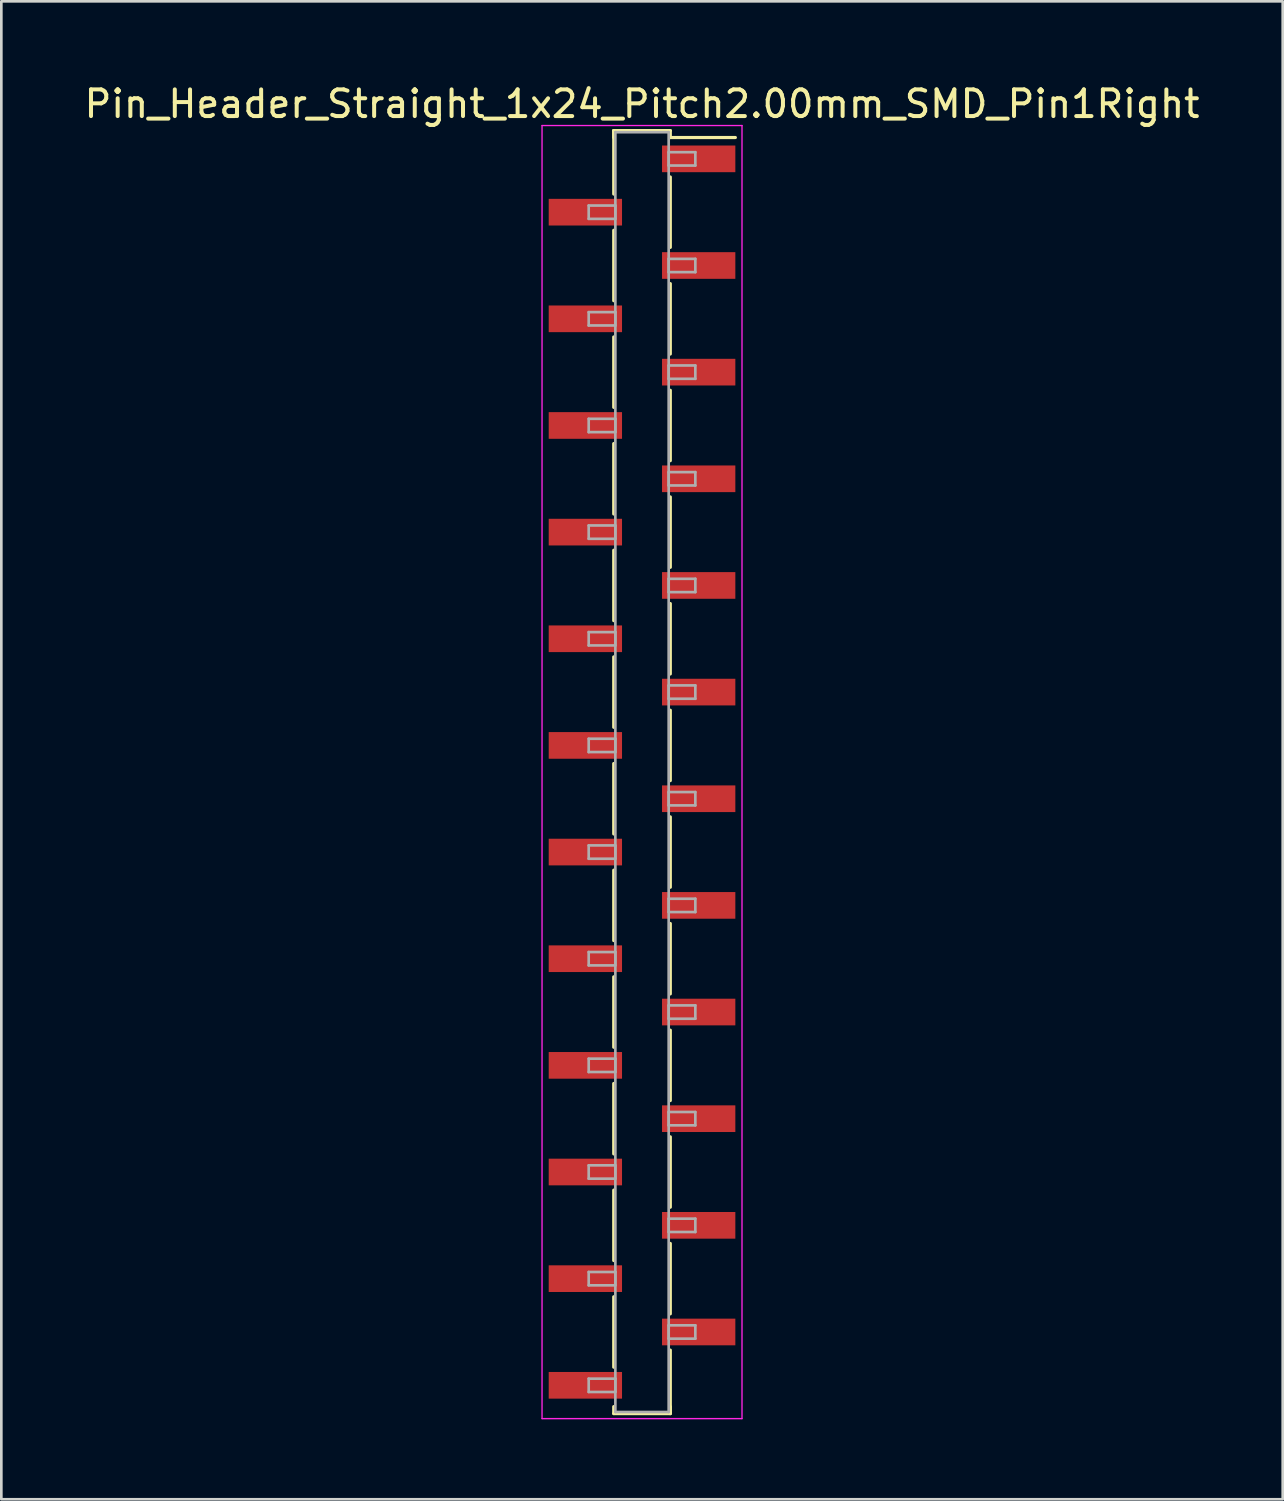
<source format=kicad_pcb>
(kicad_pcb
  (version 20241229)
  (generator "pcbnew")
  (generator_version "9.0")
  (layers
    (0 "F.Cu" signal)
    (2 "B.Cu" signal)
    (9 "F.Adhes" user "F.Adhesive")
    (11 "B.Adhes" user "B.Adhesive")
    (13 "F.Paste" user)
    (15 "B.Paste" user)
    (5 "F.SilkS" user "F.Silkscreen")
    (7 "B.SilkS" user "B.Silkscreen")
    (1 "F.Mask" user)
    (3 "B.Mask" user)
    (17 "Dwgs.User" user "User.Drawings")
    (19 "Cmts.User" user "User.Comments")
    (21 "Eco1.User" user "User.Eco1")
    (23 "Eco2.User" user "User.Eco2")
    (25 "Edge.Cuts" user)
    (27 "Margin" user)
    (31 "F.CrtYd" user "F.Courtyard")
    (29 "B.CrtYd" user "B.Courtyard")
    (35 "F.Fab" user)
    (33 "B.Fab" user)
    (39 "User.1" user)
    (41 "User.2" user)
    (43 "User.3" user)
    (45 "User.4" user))
  (footprint "Pin_Header_Straight_1x24_Pitch2.00mm_SMD_Pin1Right"
    (layer "F.Cu")
    (at 21.03 25.908)
    (property "Reference" "Pin_Header_Straight_1x24_Pitch2.00mm_SMD_Pin1Right" (at 0 -25.06 0) (layer "F.SilkS") (effects (font (size 1 1) (thickness 0.15))))
    (attr smd)
    (fp_line (start -1.06 -24.06) (end -1.06 -21.68) (stroke (width 0.12) (type solid)) (layer "F.SilkS"))
    (fp_line (start -1.06 -24.06) (end 1.06 -24.06) (stroke (width 0.12) (type solid)) (layer "F.SilkS"))
    (fp_line (start -1.06 -23.8) (end -1.06 -24.06) (stroke (width 0.12) (type solid)) (layer "F.SilkS"))
    (fp_line (start -1.06 -20.32) (end -1.06 -17.68) (stroke (width 0.12) (type solid)) (layer "F.SilkS"))
    (fp_line (start -1.06 -16.32) (end -1.06 -13.68) (stroke (width 0.12) (type solid)) (layer "F.SilkS"))
    (fp_line (start -1.06 -12.32) (end -1.06 -9.68) (stroke (width 0.12) (type solid)) (layer "F.SilkS"))
    (fp_line (start -1.06 -8.32) (end -1.06 -5.68) (stroke (width 0.12) (type solid)) (layer "F.SilkS"))
    (fp_line (start -1.06 -4.32) (end -1.06 -1.68) (stroke (width 0.12) (type solid)) (layer "F.SilkS"))
    (fp_line (start -1.06 -0.32) (end -1.06 2.32) (stroke (width 0.12) (type solid)) (layer "F.SilkS"))
    (fp_line (start -1.06 3.68) (end -1.06 6.32) (stroke (width 0.12) (type solid)) (layer "F.SilkS"))
    (fp_line (start -1.06 7.68) (end -1.06 10.32) (stroke (width 0.12) (type solid)) (layer "F.SilkS"))
    (fp_line (start -1.06 11.68) (end -1.06 14.32) (stroke (width 0.12) (type solid)) (layer "F.SilkS"))
    (fp_line (start -1.06 15.68) (end -1.06 18.32) (stroke (width 0.12) (type solid)) (layer "F.SilkS"))
    (fp_line (start -1.06 19.68) (end -1.06 22.32) (stroke (width 0.12) (type solid)) (layer "F.SilkS"))
    (fp_line (start -1.06 23.8) (end -1.06 24.06) (stroke (width 0.12) (type solid)) (layer "F.SilkS"))
    (fp_line (start -1.06 24.06) (end 1.06 24.06) (stroke (width 0.12) (type solid)) (layer "F.SilkS"))
    (fp_line (start 1.06 -24.06) (end 1.06 -23.8) (stroke (width 0.12) (type solid)) (layer "F.SilkS"))
    (fp_line (start 1.06 -23.8) (end 3.5 -23.8) (stroke (width 0.12) (type solid)) (layer "F.SilkS"))
    (fp_line (start 1.06 -22.32) (end 1.06 -19.68) (stroke (width 0.12) (type solid)) (layer "F.SilkS"))
    (fp_line (start 1.06 -18.32) (end 1.06 -15.68) (stroke (width 0.12) (type solid)) (layer "F.SilkS"))
    (fp_line (start 1.06 -14.32) (end 1.06 -11.68) (stroke (width 0.12) (type solid)) (layer "F.SilkS"))
    (fp_line (start 1.06 -10.32) (end 1.06 -7.68) (stroke (width 0.12) (type solid)) (layer "F.SilkS"))
    (fp_line (start 1.06 -6.32) (end 1.06 -3.68) (stroke (width 0.12) (type solid)) (layer "F.SilkS"))
    (fp_line (start 1.06 -2.32) (end 1.06 0.32) (stroke (width 0.12) (type solid)) (layer "F.SilkS"))
    (fp_line (start 1.06 1.68) (end 1.06 4.32) (stroke (width 0.12) (type solid)) (layer "F.SilkS"))
    (fp_line (start 1.06 5.68) (end 1.06 8.32) (stroke (width 0.12) (type solid)) (layer "F.SilkS"))
    (fp_line (start 1.06 9.68) (end 1.06 12.32) (stroke (width 0.12) (type solid)) (layer "F.SilkS"))
    (fp_line (start 1.06 13.68) (end 1.06 16.32) (stroke (width 0.12) (type solid)) (layer "F.SilkS"))
    (fp_line (start 1.06 17.68) (end 1.06 20.32) (stroke (width 0.12) (type solid)) (layer "F.SilkS"))
    (fp_line (start 1.06 21.68) (end 1.06 24.06) (stroke (width 0.12) (type solid)) (layer "F.SilkS"))
    (fp_line (start 1.06 24.06) (end 1.06 23.8) (stroke (width 0.12) (type solid)) (layer "F.SilkS"))
    (fp_line (start -3.75 -24.25) (end -3.75 24.25) (stroke (width 0.05) (type solid)) (layer "F.CrtYd"))
    (fp_line (start -3.75 24.25) (end 3.75 24.25) (stroke (width 0.05) (type solid)) (layer "F.CrtYd"))
    (fp_line (start 3.75 -24.25) (end -3.75 -24.25) (stroke (width 0.05) (type solid)) (layer "F.CrtYd"))
    (fp_line (start 3.75 24.25) (end 3.75 -24.25) (stroke (width 0.05) (type solid)) (layer "F.CrtYd"))
    (fp_line (start -2 -21.25) (end -1 -21.25) (stroke (width 0.1) (type solid)) (layer "F.Fab"))
    (fp_line (start -2 -20.75) (end -2 -21.25) (stroke (width 0.1) (type solid)) (layer "F.Fab"))
    (fp_line (start -2 -17.25) (end -1 -17.25) (stroke (width 0.1) (type solid)) (layer "F.Fab"))
    (fp_line (start -2 -16.75) (end -2 -17.25) (stroke (width 0.1) (type solid)) (layer "F.Fab"))
    (fp_line (start -2 -13.25) (end -1 -13.25) (stroke (width 0.1) (type solid)) (layer "F.Fab"))
    (fp_line (start -2 -12.75) (end -2 -13.25) (stroke (width 0.1) (type solid)) (layer "F.Fab"))
    (fp_line (start -2 -9.25) (end -1 -9.25) (stroke (width 0.1) (type solid)) (layer "F.Fab"))
    (fp_line (start -2 -8.75) (end -2 -9.25) (stroke (width 0.1) (type solid)) (layer "F.Fab"))
    (fp_line (start -2 -5.25) (end -1 -5.25) (stroke (width 0.1) (type solid)) (layer "F.Fab"))
    (fp_line (start -2 -4.75) (end -2 -5.25) (stroke (width 0.1) (type solid)) (layer "F.Fab"))
    (fp_line (start -2 -1.25) (end -1 -1.25) (stroke (width 0.1) (type solid)) (layer "F.Fab"))
    (fp_line (start -2 -0.75) (end -2 -1.25) (stroke (width 0.1) (type solid)) (layer "F.Fab"))
    (fp_line (start -2 2.75) (end -1 2.75) (stroke (width 0.1) (type solid)) (layer "F.Fab"))
    (fp_line (start -2 3.25) (end -2 2.75) (stroke (width 0.1) (type solid)) (layer "F.Fab"))
    (fp_line (start -2 6.75) (end -1 6.75) (stroke (width 0.1) (type solid)) (layer "F.Fab"))
    (fp_line (start -2 7.25) (end -2 6.75) (stroke (width 0.1) (type solid)) (layer "F.Fab"))
    (fp_line (start -2 10.75) (end -1 10.75) (stroke (width 0.1) (type solid)) (layer "F.Fab"))
    (fp_line (start -2 11.25) (end -2 10.75) (stroke (width 0.1) (type solid)) (layer "F.Fab"))
    (fp_line (start -2 14.75) (end -1 14.75) (stroke (width 0.1) (type solid)) (layer "F.Fab"))
    (fp_line (start -2 15.25) (end -2 14.75) (stroke (width 0.1) (type solid)) (layer "F.Fab"))
    (fp_line (start -2 18.75) (end -1 18.75) (stroke (width 0.1) (type solid)) (layer "F.Fab"))
    (fp_line (start -2 19.25) (end -2 18.75) (stroke (width 0.1) (type solid)) (layer "F.Fab"))
    (fp_line (start -2 22.75) (end -1 22.75) (stroke (width 0.1) (type solid)) (layer "F.Fab"))
    (fp_line (start -2 23.25) (end -2 22.75) (stroke (width 0.1) (type solid)) (layer "F.Fab"))
    (fp_line (start -1 -24) (end -1 24) (stroke (width 0.1) (type solid)) (layer "F.Fab"))
    (fp_line (start -1 -21.25) (end -1 -20.75) (stroke (width 0.1) (type solid)) (layer "F.Fab"))
    (fp_line (start -1 -20.75) (end -2 -20.75) (stroke (width 0.1) (type solid)) (layer "F.Fab"))
    (fp_line (start -1 -17.25) (end -1 -16.75) (stroke (width 0.1) (type solid)) (layer "F.Fab"))
    (fp_line (start -1 -16.75) (end -2 -16.75) (stroke (width 0.1) (type solid)) (layer "F.Fab"))
    (fp_line (start -1 -13.25) (end -1 -12.75) (stroke (width 0.1) (type solid)) (layer "F.Fab"))
    (fp_line (start -1 -12.75) (end -2 -12.75) (stroke (width 0.1) (type solid)) (layer "F.Fab"))
    (fp_line (start -1 -9.25) (end -1 -8.75) (stroke (width 0.1) (type solid)) (layer "F.Fab"))
    (fp_line (start -1 -8.75) (end -2 -8.75) (stroke (width 0.1) (type solid)) (layer "F.Fab"))
    (fp_line (start -1 -5.25) (end -1 -4.75) (stroke (width 0.1) (type solid)) (layer "F.Fab"))
    (fp_line (start -1 -4.75) (end -2 -4.75) (stroke (width 0.1) (type solid)) (layer "F.Fab"))
    (fp_line (start -1 -1.25) (end -1 -0.75) (stroke (width 0.1) (type solid)) (layer "F.Fab"))
    (fp_line (start -1 -0.75) (end -2 -0.75) (stroke (width 0.1) (type solid)) (layer "F.Fab"))
    (fp_line (start -1 2.75) (end -1 3.25) (stroke (width 0.1) (type solid)) (layer "F.Fab"))
    (fp_line (start -1 3.25) (end -2 3.25) (stroke (width 0.1) (type solid)) (layer "F.Fab"))
    (fp_line (start -1 6.75) (end -1 7.25) (stroke (width 0.1) (type solid)) (layer "F.Fab"))
    (fp_line (start -1 7.25) (end -2 7.25) (stroke (width 0.1) (type solid)) (layer "F.Fab"))
    (fp_line (start -1 10.75) (end -1 11.25) (stroke (width 0.1) (type solid)) (layer "F.Fab"))
    (fp_line (start -1 11.25) (end -2 11.25) (stroke (width 0.1) (type solid)) (layer "F.Fab"))
    (fp_line (start -1 14.75) (end -1 15.25) (stroke (width 0.1) (type solid)) (layer "F.Fab"))
    (fp_line (start -1 15.25) (end -2 15.25) (stroke (width 0.1) (type solid)) (layer "F.Fab"))
    (fp_line (start -1 18.75) (end -1 19.25) (stroke (width 0.1) (type solid)) (layer "F.Fab"))
    (fp_line (start -1 19.25) (end -2 19.25) (stroke (width 0.1) (type solid)) (layer "F.Fab"))
    (fp_line (start -1 22.75) (end -1 23.25) (stroke (width 0.1) (type solid)) (layer "F.Fab"))
    (fp_line (start -1 23.25) (end -2 23.25) (stroke (width 0.1) (type solid)) (layer "F.Fab"))
    (fp_line (start -1 24) (end 1 24) (stroke (width 0.1) (type solid)) (layer "F.Fab"))
    (fp_line (start 1 -24) (end -1 -24) (stroke (width 0.1) (type solid)) (layer "F.Fab"))
    (fp_line (start 1 -23.25) (end 1 -22.75) (stroke (width 0.1) (type solid)) (layer "F.Fab"))
    (fp_line (start 1 -22.75) (end 2 -22.75) (stroke (width 0.1) (type solid)) (layer "F.Fab"))
    (fp_line (start 1 -19.25) (end 1 -18.75) (stroke (width 0.1) (type solid)) (layer "F.Fab"))
    (fp_line (start 1 -18.75) (end 2 -18.75) (stroke (width 0.1) (type solid)) (layer "F.Fab"))
    (fp_line (start 1 -15.25) (end 1 -14.75) (stroke (width 0.1) (type solid)) (layer "F.Fab"))
    (fp_line (start 1 -14.75) (end 2 -14.75) (stroke (width 0.1) (type solid)) (layer "F.Fab"))
    (fp_line (start 1 -11.25) (end 1 -10.75) (stroke (width 0.1) (type solid)) (layer "F.Fab"))
    (fp_line (start 1 -10.75) (end 2 -10.75) (stroke (width 0.1) (type solid)) (layer "F.Fab"))
    (fp_line (start 1 -7.25) (end 1 -6.75) (stroke (width 0.1) (type solid)) (layer "F.Fab"))
    (fp_line (start 1 -6.75) (end 2 -6.75) (stroke (width 0.1) (type solid)) (layer "F.Fab"))
    (fp_line (start 1 -3.25) (end 1 -2.75) (stroke (width 0.1) (type solid)) (layer "F.Fab"))
    (fp_line (start 1 -2.75) (end 2 -2.75) (stroke (width 0.1) (type solid)) (layer "F.Fab"))
    (fp_line (start 1 0.75) (end 1 1.25) (stroke (width 0.1) (type solid)) (layer "F.Fab"))
    (fp_line (start 1 1.25) (end 2 1.25) (stroke (width 0.1) (type solid)) (layer "F.Fab"))
    (fp_line (start 1 4.75) (end 1 5.25) (stroke (width 0.1) (type solid)) (layer "F.Fab"))
    (fp_line (start 1 5.25) (end 2 5.25) (stroke (width 0.1) (type solid)) (layer "F.Fab"))
    (fp_line (start 1 8.75) (end 1 9.25) (stroke (width 0.1) (type solid)) (layer "F.Fab"))
    (fp_line (start 1 9.25) (end 2 9.25) (stroke (width 0.1) (type solid)) (layer "F.Fab"))
    (fp_line (start 1 12.75) (end 1 13.25) (stroke (width 0.1) (type solid)) (layer "F.Fab"))
    (fp_line (start 1 13.25) (end 2 13.25) (stroke (width 0.1) (type solid)) (layer "F.Fab"))
    (fp_line (start 1 16.75) (end 1 17.25) (stroke (width 0.1) (type solid)) (layer "F.Fab"))
    (fp_line (start 1 17.25) (end 2 17.25) (stroke (width 0.1) (type solid)) (layer "F.Fab"))
    (fp_line (start 1 20.75) (end 1 21.25) (stroke (width 0.1) (type solid)) (layer "F.Fab"))
    (fp_line (start 1 21.25) (end 2 21.25) (stroke (width 0.1) (type solid)) (layer "F.Fab"))
    (fp_line (start 1 24) (end 1 -24) (stroke (width 0.1) (type solid)) (layer "F.Fab"))
    (fp_line (start 2 -23.25) (end 1 -23.25) (stroke (width 0.1) (type solid)) (layer "F.Fab"))
    (fp_line (start 2 -22.75) (end 2 -23.25) (stroke (width 0.1) (type solid)) (layer "F.Fab"))
    (fp_line (start 2 -19.25) (end 1 -19.25) (stroke (width 0.1) (type solid)) (layer "F.Fab"))
    (fp_line (start 2 -18.75) (end 2 -19.25) (stroke (width 0.1) (type solid)) (layer "F.Fab"))
    (fp_line (start 2 -15.25) (end 1 -15.25) (stroke (width 0.1) (type solid)) (layer "F.Fab"))
    (fp_line (start 2 -14.75) (end 2 -15.25) (stroke (width 0.1) (type solid)) (layer "F.Fab"))
    (fp_line (start 2 -11.25) (end 1 -11.25) (stroke (width 0.1) (type solid)) (layer "F.Fab"))
    (fp_line (start 2 -10.75) (end 2 -11.25) (stroke (width 0.1) (type solid)) (layer "F.Fab"))
    (fp_line (start 2 -7.25) (end 1 -7.25) (stroke (width 0.1) (type solid)) (layer "F.Fab"))
    (fp_line (start 2 -6.75) (end 2 -7.25) (stroke (width 0.1) (type solid)) (layer "F.Fab"))
    (fp_line (start 2 -3.25) (end 1 -3.25) (stroke (width 0.1) (type solid)) (layer "F.Fab"))
    (fp_line (start 2 -2.75) (end 2 -3.25) (stroke (width 0.1) (type solid)) (layer "F.Fab"))
    (fp_line (start 2 0.75) (end 1 0.75) (stroke (width 0.1) (type solid)) (layer "F.Fab"))
    (fp_line (start 2 1.25) (end 2 0.75) (stroke (width 0.1) (type solid)) (layer "F.Fab"))
    (fp_line (start 2 4.75) (end 1 4.75) (stroke (width 0.1) (type solid)) (layer "F.Fab"))
    (fp_line (start 2 5.25) (end 2 4.75) (stroke (width 0.1) (type solid)) (layer "F.Fab"))
    (fp_line (start 2 8.75) (end 1 8.75) (stroke (width 0.1) (type solid)) (layer "F.Fab"))
    (fp_line (start 2 9.25) (end 2 8.75) (stroke (width 0.1) (type solid)) (layer "F.Fab"))
    (fp_line (start 2 12.75) (end 1 12.75) (stroke (width 0.1) (type solid)) (layer "F.Fab"))
    (fp_line (start 2 13.25) (end 2 12.75) (stroke (width 0.1) (type solid)) (layer "F.Fab"))
    (fp_line (start 2 16.75) (end 1 16.75) (stroke (width 0.1) (type solid)) (layer "F.Fab"))
    (fp_line (start 2 17.25) (end 2 16.75) (stroke (width 0.1) (type solid)) (layer "F.Fab"))
    (fp_line (start 2 20.75) (end 1 20.75) (stroke (width 0.1) (type solid)) (layer "F.Fab"))
    (fp_line (start 2 21.25) (end 2 20.75) (stroke (width 0.1) (type solid)) (layer "F.Fab"))
    (pad "1" smd rect (at 2.125 -23) (size 2.75 1) (layers "F.Cu" "F.Mask"))
    (pad "2" smd rect (at -2.125 -21) (size 2.75 1) (layers "F.Cu" "F.Mask"))
    (pad "3" smd rect (at 2.125 -19) (size 2.75 1) (layers "F.Cu" "F.Mask"))
    (pad "4" smd rect (at -2.125 -17) (size 2.75 1) (layers "F.Cu" "F.Mask"))
    (pad "5" smd rect (at 2.125 -15) (size 2.75 1) (layers "F.Cu" "F.Mask"))
    (pad "6" smd rect (at -2.125 -13) (size 2.75 1) (layers "F.Cu" "F.Mask"))
    (pad "7" smd rect (at 2.125 -11) (size 2.75 1) (layers "F.Cu" "F.Mask"))
    (pad "8" smd rect (at -2.125 -9) (size 2.75 1) (layers "F.Cu" "F.Mask"))
    (pad "9" smd rect (at 2.125 -7) (size 2.75 1) (layers "F.Cu" "F.Mask"))
    (pad "10" smd rect (at -2.125 -5) (size 2.75 1) (layers "F.Cu" "F.Mask"))
    (pad "11" smd rect (at 2.125 -3) (size 2.75 1) (layers "F.Cu" "F.Mask"))
    (pad "12" smd rect (at -2.125 -1) (size 2.75 1) (layers "F.Cu" "F.Mask"))
    (pad "13" smd rect (at 2.125 1) (size 2.75 1) (layers "F.Cu" "F.Mask"))
    (pad "14" smd rect (at -2.125 3) (size 2.75 1) (layers "F.Cu" "F.Mask"))
    (pad "15" smd rect (at 2.125 5) (size 2.75 1) (layers "F.Cu" "F.Mask"))
    (pad "16" smd rect (at -2.125 7) (size 2.75 1) (layers "F.Cu" "F.Mask"))
    (pad "17" smd rect (at 2.125 9) (size 2.75 1) (layers "F.Cu" "F.Mask"))
    (pad "18" smd rect (at -2.125 11) (size 2.75 1) (layers "F.Cu" "F.Mask"))
    (pad "19" smd rect (at 2.125 13) (size 2.75 1) (layers "F.Cu" "F.Mask"))
    (pad "20" smd rect (at -2.125 15) (size 2.75 1) (layers "F.Cu" "F.Mask"))
    (pad "21" smd rect (at 2.125 17) (size 2.75 1) (layers "F.Cu" "F.Mask"))
    (pad "22" smd rect (at -2.125 19) (size 2.75 1) (layers "F.Cu" "F.Mask"))
    (pad "23" smd rect (at 2.125 21) (size 2.75 1) (layers "F.Cu" "F.Mask"))
    (pad "24" smd rect (at -2.125 23) (size 2.75 1) (layers "F.Cu" "F.Mask")))
  (gr_rect
    (start -3 -3)
    (end 45.06 53.183)
    (stroke (width 0.1) (type default))
    (fill no)
    (layer "Edge.Cuts")))
</source>
